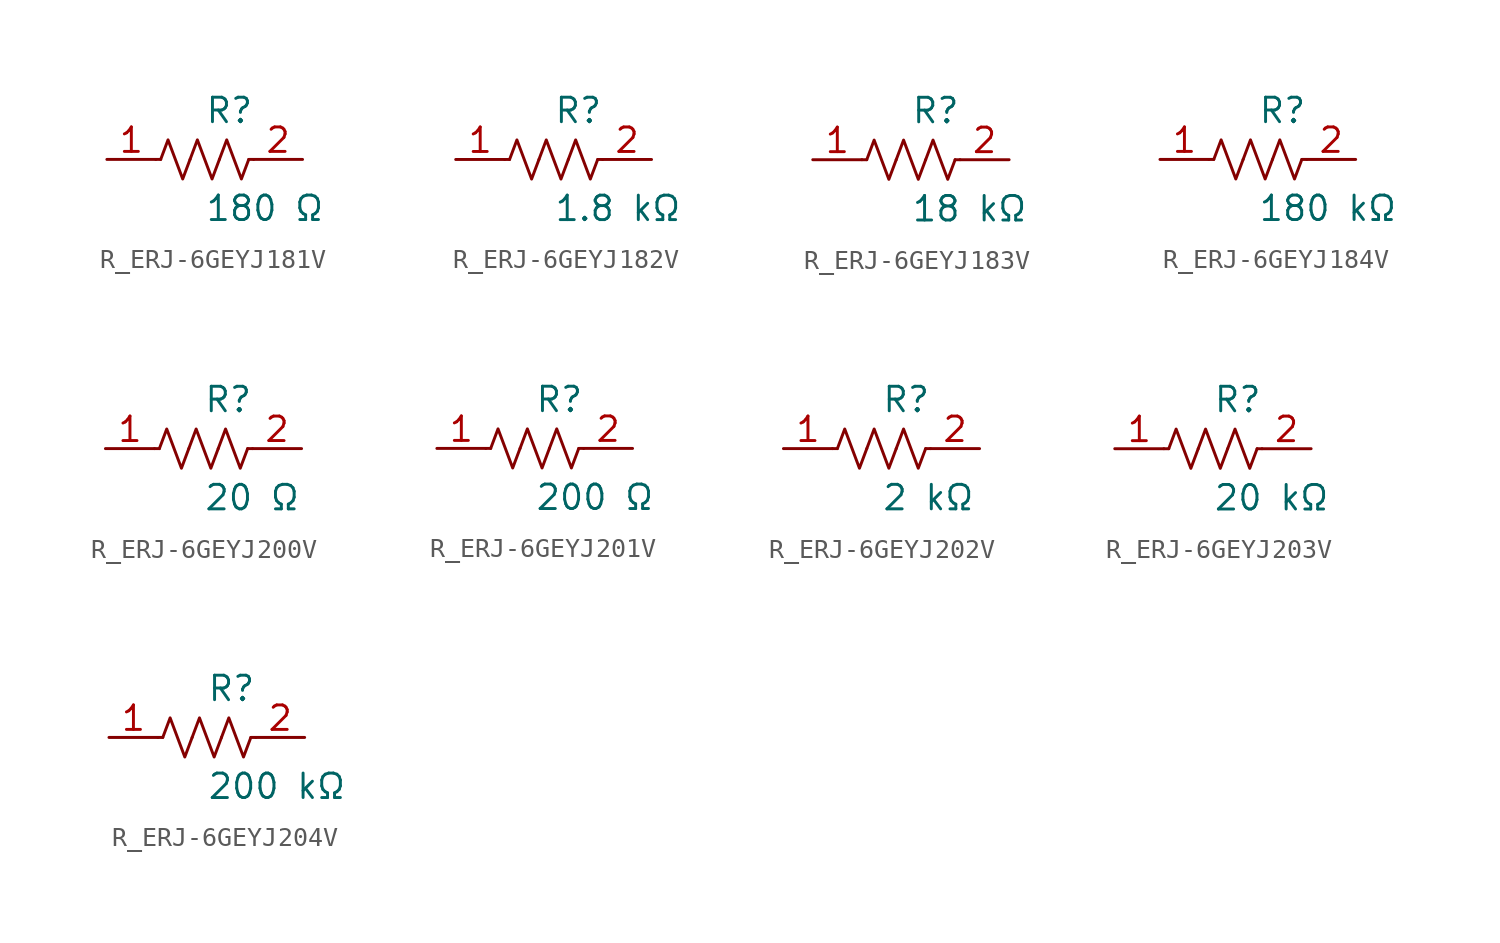
<source format=kicad_sym>
(kicad_symbol_lib
  (version 20231120)
  (generator kicad_symbol_editor)
  (generator_version 8.0)
  (symbol "R_ERJ-6GEYJ181V"
    (pin_names
      (offset 0.254))
    (property "Reference" "R"
      (at 0 2.54 0)
      (effects (font (size 1.27 1.27)) (justify left)))
    (property "Value" "180 Ω"
      (at 0 -2.54 0)
      (effects (font (size 1.27 1.27)) (justify left)))
    (symbol "R_ERJ-6GEYJ181V_0_1"
      (polyline (pts (xy 2.286 0) (xy 2.54 0)) (stroke (width 0) (type default)) (fill (type none)))
      (polyline (pts (xy -2.286 0) (xy -2.54 0)) (stroke (width 0) (type default)) (fill (type none)))
      (polyline (pts (xy 0.762 0) (xy 1.143 1.016) (xy 1.524 0) (xy 1.905 -1.016) (xy 2.286 0)) (stroke (width 0) (type default)) (fill (type none)))
      (polyline (pts (xy -0.762 0) (xy -0.381 1.016) (xy 0 0) (xy 0.381 -1.016) (xy 0.762 0)) (stroke (width 0) (type default)) (fill (type none)))
      (polyline (pts (xy -2.286 0) (xy -1.905 1.016) (xy -1.524 0) (xy -1.143 -1.016) (xy -0.762 0)) (stroke (width 0) (type default)) (fill (type none))))
    (pin passive line
      (at -5.08 0 0)
      (length 2.54)
      (name "" (effects (font (size 1.27 1.27))))
      (number "1" (effects (font (size 1.27 1.27)))))
    (pin passive line
      (at 5.08 0 180)
      (length 2.54)
      (name "" (effects (font (size 1.27 1.27))))
      (number "2" (effects (font (size 1.27 1.27))))))
  (symbol "R_ERJ-6GEYJ182V"
    (pin_names
      (offset 0.254))
    (property "Reference" "R"
      (at 0 2.54 0)
      (effects (font (size 1.27 1.27)) (justify left)))
    (property "Value" "1.8 kΩ"
      (at 0 -2.54 0)
      (effects (font (size 1.27 1.27)) (justify left)))
    (symbol "R_ERJ-6GEYJ182V_0_1"
      (polyline (pts (xy 2.286 0) (xy 2.54 0)) (stroke (width 0) (type default)) (fill (type none)))
      (polyline (pts (xy -2.286 0) (xy -2.54 0)) (stroke (width 0) (type default)) (fill (type none)))
      (polyline (pts (xy 0.762 0) (xy 1.143 1.016) (xy 1.524 0) (xy 1.905 -1.016) (xy 2.286 0)) (stroke (width 0) (type default)) (fill (type none)))
      (polyline (pts (xy -0.762 0) (xy -0.381 1.016) (xy 0 0) (xy 0.381 -1.016) (xy 0.762 0)) (stroke (width 0) (type default)) (fill (type none)))
      (polyline (pts (xy -2.286 0) (xy -1.905 1.016) (xy -1.524 0) (xy -1.143 -1.016) (xy -0.762 0)) (stroke (width 0) (type default)) (fill (type none))))
    (pin passive line
      (at -5.08 0 0)
      (length 2.54)
      (name "" (effects (font (size 1.27 1.27))))
      (number "1" (effects (font (size 1.27 1.27)))))
    (pin passive line
      (at 5.08 0 180)
      (length 2.54)
      (name "" (effects (font (size 1.27 1.27))))
      (number "2" (effects (font (size 1.27 1.27))))))
  (symbol "R_ERJ-6GEYJ183V"
    (pin_names
      (offset 0.254))
    (property "Reference" "R"
      (at 0 2.54 0)
      (effects (font (size 1.27 1.27)) (justify left)))
    (property "Value" "18 kΩ"
      (at 0 -2.54 0)
      (effects (font (size 1.27 1.27)) (justify left)))
    (symbol "R_ERJ-6GEYJ183V_0_1"
      (polyline (pts (xy 2.286 0) (xy 2.54 0)) (stroke (width 0) (type default)) (fill (type none)))
      (polyline (pts (xy -2.286 0) (xy -2.54 0)) (stroke (width 0) (type default)) (fill (type none)))
      (polyline (pts (xy 0.762 0) (xy 1.143 1.016) (xy 1.524 0) (xy 1.905 -1.016) (xy 2.286 0)) (stroke (width 0) (type default)) (fill (type none)))
      (polyline (pts (xy -0.762 0) (xy -0.381 1.016) (xy 0 0) (xy 0.381 -1.016) (xy 0.762 0)) (stroke (width 0) (type default)) (fill (type none)))
      (polyline (pts (xy -2.286 0) (xy -1.905 1.016) (xy -1.524 0) (xy -1.143 -1.016) (xy -0.762 0)) (stroke (width 0) (type default)) (fill (type none))))
    (pin passive line
      (at -5.08 0 0)
      (length 2.54)
      (name "" (effects (font (size 1.27 1.27))))
      (number "1" (effects (font (size 1.27 1.27)))))
    (pin passive line
      (at 5.08 0 180)
      (length 2.54)
      (name "" (effects (font (size 1.27 1.27))))
      (number "2" (effects (font (size 1.27 1.27))))))
  (symbol "R_ERJ-6GEYJ184V"
    (pin_names
      (offset 0.254))
    (property "Reference" "R"
      (at 0 2.54 0)
      (effects (font (size 1.27 1.27)) (justify left)))
    (property "Value" "180 kΩ"
      (at 0 -2.54 0)
      (effects (font (size 1.27 1.27)) (justify left)))
    (symbol "R_ERJ-6GEYJ184V_0_1"
      (polyline (pts (xy 2.286 0) (xy 2.54 0)) (stroke (width 0) (type default)) (fill (type none)))
      (polyline (pts (xy -2.286 0) (xy -2.54 0)) (stroke (width 0) (type default)) (fill (type none)))
      (polyline (pts (xy 0.762 0) (xy 1.143 1.016) (xy 1.524 0) (xy 1.905 -1.016) (xy 2.286 0)) (stroke (width 0) (type default)) (fill (type none)))
      (polyline (pts (xy -0.762 0) (xy -0.381 1.016) (xy 0 0) (xy 0.381 -1.016) (xy 0.762 0)) (stroke (width 0) (type default)) (fill (type none)))
      (polyline (pts (xy -2.286 0) (xy -1.905 1.016) (xy -1.524 0) (xy -1.143 -1.016) (xy -0.762 0)) (stroke (width 0) (type default)) (fill (type none))))
    (pin passive line
      (at -5.08 0 0)
      (length 2.54)
      (name "" (effects (font (size 1.27 1.27))))
      (number "1" (effects (font (size 1.27 1.27)))))
    (pin passive line
      (at 5.08 0 180)
      (length 2.54)
      (name "" (effects (font (size 1.27 1.27))))
      (number "2" (effects (font (size 1.27 1.27))))))
  (symbol "R_ERJ-6GEYJ200V"
    (pin_names
      (offset 0.254))
    (property "Reference" "R"
      (at 0 2.54 0)
      (effects (font (size 1.27 1.27)) (justify left)))
    (property "Value" "20 Ω"
      (at 0 -2.54 0)
      (effects (font (size 1.27 1.27)) (justify left)))
    (symbol "R_ERJ-6GEYJ200V_0_1"
      (polyline (pts (xy 2.286 0) (xy 2.54 0)) (stroke (width 0) (type default)) (fill (type none)))
      (polyline (pts (xy -2.286 0) (xy -2.54 0)) (stroke (width 0) (type default)) (fill (type none)))
      (polyline (pts (xy 0.762 0) (xy 1.143 1.016) (xy 1.524 0) (xy 1.905 -1.016) (xy 2.286 0)) (stroke (width 0) (type default)) (fill (type none)))
      (polyline (pts (xy -0.762 0) (xy -0.381 1.016) (xy 0 0) (xy 0.381 -1.016) (xy 0.762 0)) (stroke (width 0) (type default)) (fill (type none)))
      (polyline (pts (xy -2.286 0) (xy -1.905 1.016) (xy -1.524 0) (xy -1.143 -1.016) (xy -0.762 0)) (stroke (width 0) (type default)) (fill (type none))))
    (pin passive line
      (at -5.08 0 0)
      (length 2.54)
      (name "" (effects (font (size 1.27 1.27))))
      (number "1" (effects (font (size 1.27 1.27)))))
    (pin passive line
      (at 5.08 0 180)
      (length 2.54)
      (name "" (effects (font (size 1.27 1.27))))
      (number "2" (effects (font (size 1.27 1.27))))))
  (symbol "R_ERJ-6GEYJ201V"
    (pin_names
      (offset 0.254))
    (property "Reference" "R"
      (at 0 2.54 0)
      (effects (font (size 1.27 1.27)) (justify left)))
    (property "Value" "200 Ω"
      (at 0 -2.54 0)
      (effects (font (size 1.27 1.27)) (justify left)))
    (symbol "R_ERJ-6GEYJ201V_0_1"
      (polyline (pts (xy 2.286 0) (xy 2.54 0)) (stroke (width 0) (type default)) (fill (type none)))
      (polyline (pts (xy -2.286 0) (xy -2.54 0)) (stroke (width 0) (type default)) (fill (type none)))
      (polyline (pts (xy 0.762 0) (xy 1.143 1.016) (xy 1.524 0) (xy 1.905 -1.016) (xy 2.286 0)) (stroke (width 0) (type default)) (fill (type none)))
      (polyline (pts (xy -0.762 0) (xy -0.381 1.016) (xy 0 0) (xy 0.381 -1.016) (xy 0.762 0)) (stroke (width 0) (type default)) (fill (type none)))
      (polyline (pts (xy -2.286 0) (xy -1.905 1.016) (xy -1.524 0) (xy -1.143 -1.016) (xy -0.762 0)) (stroke (width 0) (type default)) (fill (type none))))
    (pin passive line
      (at -5.08 0 0)
      (length 2.54)
      (name "" (effects (font (size 1.27 1.27))))
      (number "1" (effects (font (size 1.27 1.27)))))
    (pin passive line
      (at 5.08 0 180)
      (length 2.54)
      (name "" (effects (font (size 1.27 1.27))))
      (number "2" (effects (font (size 1.27 1.27))))))
  (symbol "R_ERJ-6GEYJ202V"
    (pin_names
      (offset 0.254))
    (property "Reference" "R"
      (at 0 2.54 0)
      (effects (font (size 1.27 1.27)) (justify left)))
    (property "Value" "2 kΩ"
      (at 0 -2.54 0)
      (effects (font (size 1.27 1.27)) (justify left)))
    (symbol "R_ERJ-6GEYJ202V_0_1"
      (polyline (pts (xy 2.286 0) (xy 2.54 0)) (stroke (width 0) (type default)) (fill (type none)))
      (polyline (pts (xy -2.286 0) (xy -2.54 0)) (stroke (width 0) (type default)) (fill (type none)))
      (polyline (pts (xy 0.762 0) (xy 1.143 1.016) (xy 1.524 0) (xy 1.905 -1.016) (xy 2.286 0)) (stroke (width 0) (type default)) (fill (type none)))
      (polyline (pts (xy -0.762 0) (xy -0.381 1.016) (xy 0 0) (xy 0.381 -1.016) (xy 0.762 0)) (stroke (width 0) (type default)) (fill (type none)))
      (polyline (pts (xy -2.286 0) (xy -1.905 1.016) (xy -1.524 0) (xy -1.143 -1.016) (xy -0.762 0)) (stroke (width 0) (type default)) (fill (type none))))
    (pin passive line
      (at -5.08 0 0)
      (length 2.54)
      (name "" (effects (font (size 1.27 1.27))))
      (number "1" (effects (font (size 1.27 1.27)))))
    (pin passive line
      (at 5.08 0 180)
      (length 2.54)
      (name "" (effects (font (size 1.27 1.27))))
      (number "2" (effects (font (size 1.27 1.27))))))
  (symbol "R_ERJ-6GEYJ203V"
    (pin_names
      (offset 0.254))
    (property "Reference" "R"
      (at 0 2.54 0)
      (effects (font (size 1.27 1.27)) (justify left)))
    (property "Value" "20 kΩ"
      (at 0 -2.54 0)
      (effects (font (size 1.27 1.27)) (justify left)))
    (symbol "R_ERJ-6GEYJ203V_0_1"
      (polyline (pts (xy 2.286 0) (xy 2.54 0)) (stroke (width 0) (type default)) (fill (type none)))
      (polyline (pts (xy -2.286 0) (xy -2.54 0)) (stroke (width 0) (type default)) (fill (type none)))
      (polyline (pts (xy 0.762 0) (xy 1.143 1.016) (xy 1.524 0) (xy 1.905 -1.016) (xy 2.286 0)) (stroke (width 0) (type default)) (fill (type none)))
      (polyline (pts (xy -0.762 0) (xy -0.381 1.016) (xy 0 0) (xy 0.381 -1.016) (xy 0.762 0)) (stroke (width 0) (type default)) (fill (type none)))
      (polyline (pts (xy -2.286 0) (xy -1.905 1.016) (xy -1.524 0) (xy -1.143 -1.016) (xy -0.762 0)) (stroke (width 0) (type default)) (fill (type none))))
    (pin passive line
      (at -5.08 0 0)
      (length 2.54)
      (name "" (effects (font (size 1.27 1.27))))
      (number "1" (effects (font (size 1.27 1.27)))))
    (pin passive line
      (at 5.08 0 180)
      (length 2.54)
      (name "" (effects (font (size 1.27 1.27))))
      (number "2" (effects (font (size 1.27 1.27))))))
  (symbol "R_ERJ-6GEYJ204V"
    (pin_names
      (offset 0.254))
    (property "Reference" "R"
      (at 0 2.54 0)
      (effects (font (size 1.27 1.27)) (justify left)))
    (property "Value" "200 kΩ"
      (at 0 -2.54 0)
      (effects (font (size 1.27 1.27)) (justify left)))
    (symbol "R_ERJ-6GEYJ204V_0_1"
      (polyline (pts (xy 2.286 0) (xy 2.54 0)) (stroke (width 0) (type default)) (fill (type none)))
      (polyline (pts (xy -2.286 0) (xy -2.54 0)) (stroke (width 0) (type default)) (fill (type none)))
      (polyline (pts (xy 0.762 0) (xy 1.143 1.016) (xy 1.524 0) (xy 1.905 -1.016) (xy 2.286 0)) (stroke (width 0) (type default)) (fill (type none)))
      (polyline (pts (xy -0.762 0) (xy -0.381 1.016) (xy 0 0) (xy 0.381 -1.016) (xy 0.762 0)) (stroke (width 0) (type default)) (fill (type none)))
      (polyline (pts (xy -2.286 0) (xy -1.905 1.016) (xy -1.524 0) (xy -1.143 -1.016) (xy -0.762 0)) (stroke (width 0) (type default)) (fill (type none))))
    (pin passive line
      (at -5.08 0 0)
      (length 2.54)
      (name "" (effects (font (size 1.27 1.27))))
      (number "1" (effects (font (size 1.27 1.27)))))
    (pin passive line
      (at 5.08 0 180)
      (length 2.54)
      (name "" (effects (font (size 1.27 1.27))))
      (number "2" (effects (font (size 1.27 1.27)))))))
</source>
